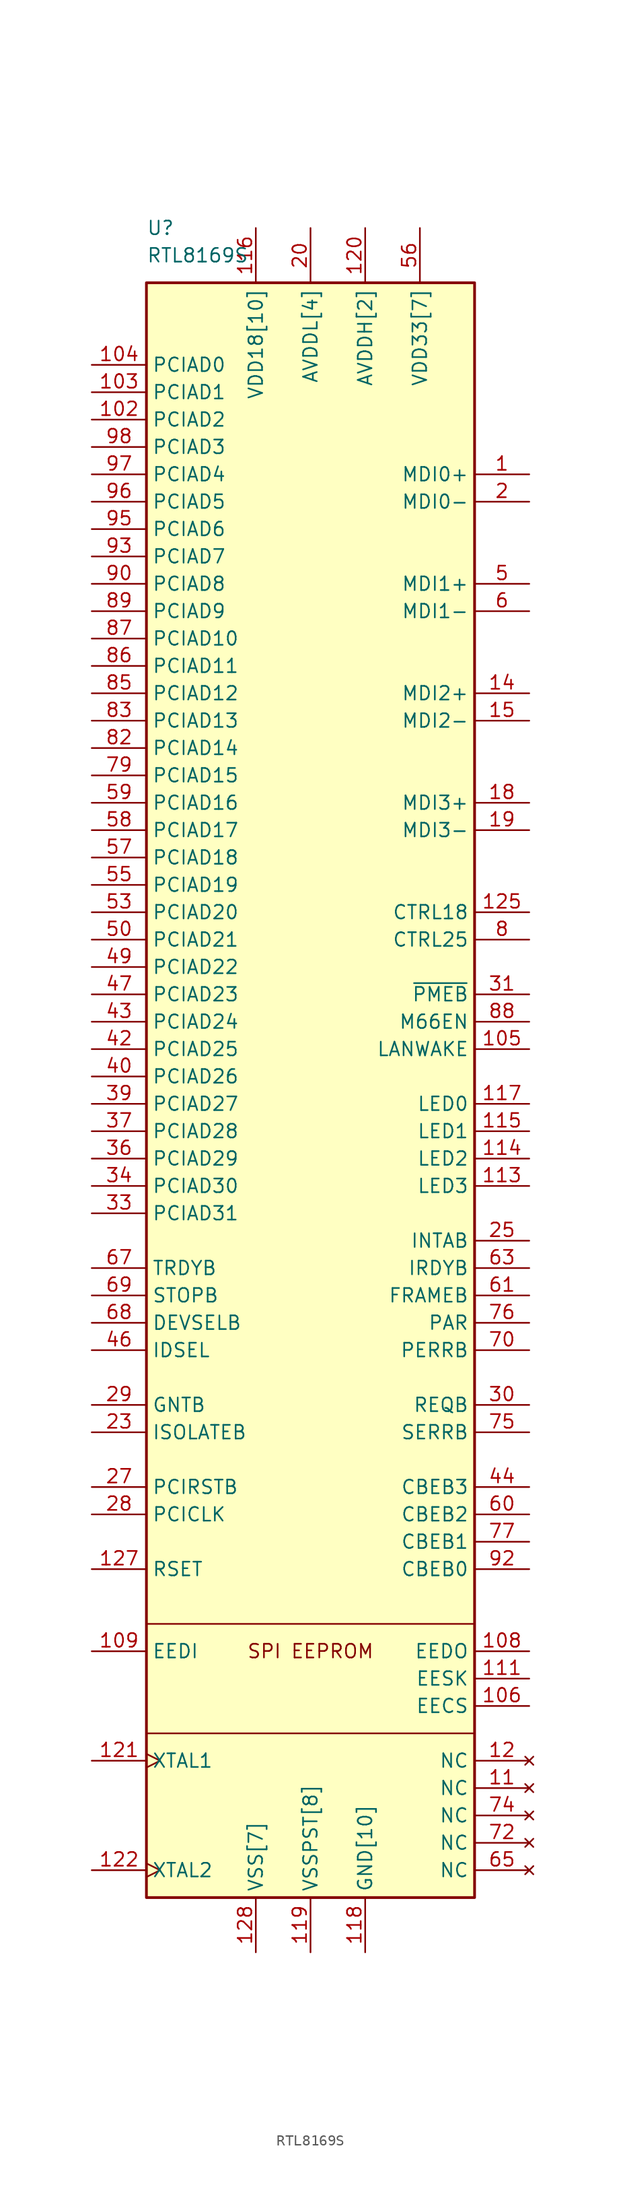
<source format=kicad_sym>
(kicad_symbol_lib
  (version 20211014)
  (generator kicad_symbol_editor)
  (symbol "RTL8169S"
    (property "Reference" "U"
      (at -15.24 86.36 0)
      (effects (font (size 1.27 1.27)) (justify left)))
    (property "Value" "RTL8169S"
      (at -15.24 83.82 0)
      (effects (font (size 1.27 1.27)) (justify left)))
    (symbol "RTL8169S_0_0"
      (rectangle (start -15.24 -43.18) (end 15.24 -53.34) (stroke (width 0.152) (type default) (color 0 0 0 0)) (fill (type none)))
      (rectangle (start -15.24 81.28) (end 15.24 -68.58) (stroke (width 0.254) (type default) (color 0 0 0 0)) (fill (type background)))
      (text "SPI EEPROM" (at 0 -45.72 0) (effects (font (size 1.27 1.27)))))
    (symbol "RTL8169S_1_1"
      (pin bidirectional line (at 20.32 63.5 180) (length 5.08) (name "MDI0+" (effects (font (size 1.27 1.27)))) (number "1" (effects (font (size 1.27 1.27)))))
      (pin power_in line (at 5.08 86.36 270) (length 5.08) hide (name "AVDDH" (effects (font (size 1.27 1.27)))) (number "10" (effects (font (size 1.27 1.27)))))
      (pin power_in line (at 5.08 -73.66 90) (length 5.08) hide (name "GND" (effects (font (size 1.27 1.27)))) (number "100" (effects (font (size 1.27 1.27)))))
      (pin power_in line (at 0 -73.66 90) (length 5.08) hide (name "VSSPST" (effects (font (size 1.27 1.27)))) (number "101" (effects (font (size 1.27 1.27)))))
      (pin tri_state line (at -20.32 68.58 0) (length 5.08) (name "PCIAD2" (effects (font (size 1.27 1.27)))) (number "102" (effects (font (size 1.27 1.27)))))
      (pin tri_state line (at -20.32 71.12 0) (length 5.08) (name "PCIAD1" (effects (font (size 1.27 1.27)))) (number "103" (effects (font (size 1.27 1.27)))))
      (pin tri_state line (at -20.32 73.66 0) (length 5.08) (name "PCIAD0" (effects (font (size 1.27 1.27)))) (number "104" (effects (font (size 1.27 1.27)))))
      (pin output line (at 20.32 10.16 180) (length 5.08) (name "LANWAKE" (effects (font (size 1.27 1.27)))) (number "105" (effects (font (size 1.27 1.27)))))
      (pin output line (at 20.32 -50.8 180) (length 5.08) (name "EECS" (effects (font (size 1.27 1.27)))) (number "106" (effects (font (size 1.27 1.27)))))
      (pin power_in line (at 10.16 86.36 270) (length 5.08) hide (name "VDD33" (effects (font (size 1.27 1.27)))) (number "107" (effects (font (size 1.27 1.27)))))
      (pin output line (at 20.32 -45.72 180) (length 5.08) (name "EEDO" (effects (font (size 1.27 1.27)))) (number "108" (effects (font (size 1.27 1.27)))))
      (pin input line (at -20.32 -45.72 0) (length 5.08) (name "EEDI" (effects (font (size 1.27 1.27)))) (number "109" (effects (font (size 1.27 1.27)))))
      (pin no_connect line (at 20.32 -58.42 180) (length 5.08) (name "NC" (effects (font (size 1.27 1.27)))) (number "11" (effects (font (size 1.27 1.27)))))
      (pin power_in line (at -5.08 86.36 270) (length 5.08) hide (name "VDD18" (effects (font (size 1.27 1.27)))) (number "110" (effects (font (size 1.27 1.27)))))
      (pin output line (at 20.32 -48.26 180) (length 5.08) (name "EESK" (effects (font (size 1.27 1.27)))) (number "111" (effects (font (size 1.27 1.27)))))
      (pin power_in line (at 5.08 -73.66 90) (length 5.08) hide (name "GND" (effects (font (size 1.27 1.27)))) (number "112" (effects (font (size 1.27 1.27)))))
      (pin output line (at 20.32 -2.54 180) (length 5.08) (name "LED3" (effects (font (size 1.27 1.27)))) (number "113" (effects (font (size 1.27 1.27)))))
      (pin output line (at 20.32 0 180) (length 5.08) (name "LED2" (effects (font (size 1.27 1.27)))) (number "114" (effects (font (size 1.27 1.27)))))
      (pin output line (at 20.32 2.54 180) (length 5.08) (name "LED1" (effects (font (size 1.27 1.27)))) (number "115" (effects (font (size 1.27 1.27)))))
      (pin power_in line (at -5.08 86.36 270) (length 5.08) (name "VDD18[10]" (effects (font (size 1.27 1.27)))) (number "116" (effects (font (size 1.27 1.27)))))
      (pin output line (at 20.32 5.08 180) (length 5.08) (name "LED0" (effects (font (size 1.27 1.27)))) (number "117" (effects (font (size 1.27 1.27)))))
      (pin power_in line (at 5.08 -73.66 90) (length 5.08) (name "GND[10]" (effects (font (size 1.27 1.27)))) (number "118" (effects (font (size 1.27 1.27)))))
      (pin power_in line (at 0 -73.66 90) (length 5.08) (name "VSSPST[8]" (effects (font (size 1.27 1.27)))) (number "119" (effects (font (size 1.27 1.27)))))
      (pin no_connect line (at 20.32 -55.88 180) (length 5.08) (name "NC" (effects (font (size 1.27 1.27)))) (number "12" (effects (font (size 1.27 1.27)))))
      (pin power_in line (at 5.08 86.36 270) (length 5.08) (name "AVDDH[2]" (effects (font (size 1.27 1.27)))) (number "120" (effects (font (size 1.27 1.27)))))
      (pin input clock (at -20.32 -55.88 0) (length 5.08) (name "XTAL1" (effects (font (size 1.27 1.27)))) (number "121" (effects (font (size 1.27 1.27)))))
      (pin input clock (at -20.32 -66.04 0) (length 5.08) (name "XTAL2" (effects (font (size 1.27 1.27)))) (number "122" (effects (font (size 1.27 1.27)))))
      (pin power_in line (at -5.08 -73.66 90) (length 5.08) hide (name "VSS" (effects (font (size 1.27 1.27)))) (number "123" (effects (font (size 1.27 1.27)))))
      (pin power_in line (at -5.08 -73.66 90) (length 5.08) hide (name "VSS" (effects (font (size 1.27 1.27)))) (number "124" (effects (font (size 1.27 1.27)))))
      (pin output line (at 20.32 22.86 180) (length 5.08) (name "CTRL18" (effects (font (size 1.27 1.27)))) (number "125" (effects (font (size 1.27 1.27)))))
      (pin power_in line (at -5.08 86.36 270) (length 5.08) hide (name "VDD18" (effects (font (size 1.27 1.27)))) (number "126" (effects (font (size 1.27 1.27)))))
      (pin input line (at -20.32 -38.1 0) (length 5.08) (name "RSET" (effects (font (size 1.27 1.27)))) (number "127" (effects (font (size 1.27 1.27)))))
      (pin power_in line (at -5.08 -73.66 90) (length 5.08) (name "VSS[7]" (effects (font (size 1.27 1.27)))) (number "128" (effects (font (size 1.27 1.27)))))
      (pin power_in line (at -5.08 -73.66 90) (length 5.08) hide (name "VSS" (effects (font (size 1.27 1.27)))) (number "13" (effects (font (size 1.27 1.27)))))
      (pin bidirectional line (at 20.32 43.18 180) (length 5.08) (name "MDI2+" (effects (font (size 1.27 1.27)))) (number "14" (effects (font (size 1.27 1.27)))))
      (pin bidirectional line (at 20.32 40.64 180) (length 5.08) (name "MDI2-" (effects (font (size 1.27 1.27)))) (number "15" (effects (font (size 1.27 1.27)))))
      (pin power_in line (at 0 86.36 270) (length 5.08) hide (name "AVDDL" (effects (font (size 1.27 1.27)))) (number "16" (effects (font (size 1.27 1.27)))))
      (pin power_in line (at -5.08 -73.66 90) (length 5.08) hide (name "VSS" (effects (font (size 1.27 1.27)))) (number "17" (effects (font (size 1.27 1.27)))))
      (pin bidirectional line (at 20.32 33.02 180) (length 5.08) (name "MDI3+" (effects (font (size 1.27 1.27)))) (number "18" (effects (font (size 1.27 1.27)))))
      (pin bidirectional line (at 20.32 30.48 180) (length 5.08) (name "MDI3-" (effects (font (size 1.27 1.27)))) (number "19" (effects (font (size 1.27 1.27)))))
      (pin bidirectional line (at 20.32 60.96 180) (length 5.08) (name "MDI0-" (effects (font (size 1.27 1.27)))) (number "2" (effects (font (size 1.27 1.27)))))
      (pin power_in line (at 0 86.36 270) (length 5.08) (name "AVDDL[4]" (effects (font (size 1.27 1.27)))) (number "20" (effects (font (size 1.27 1.27)))))
      (pin power_in line (at 0 -73.66 90) (length 5.08) hide (name "VSSPST" (effects (font (size 1.27 1.27)))) (number "21" (effects (font (size 1.27 1.27)))))
      (pin power_in line (at 5.08 -73.66 90) (length 5.08) hide (name "GND" (effects (font (size 1.27 1.27)))) (number "22" (effects (font (size 1.27 1.27)))))
      (pin input line (at -20.32 -25.4 0) (length 5.08) (name "ISOLATEB" (effects (font (size 1.27 1.27)))) (number "23" (effects (font (size 1.27 1.27)))))
      (pin power_in line (at -5.08 86.36 270) (length 5.08) hide (name "VDD18" (effects (font (size 1.27 1.27)))) (number "24" (effects (font (size 1.27 1.27)))))
      (pin open_collector line (at 20.32 -7.62 180) (length 5.08) (name "INTAB" (effects (font (size 1.27 1.27)))) (number "25" (effects (font (size 1.27 1.27)))))
      (pin power_in line (at 10.16 86.36 270) (length 5.08) hide (name "VDD33" (effects (font (size 1.27 1.27)))) (number "26" (effects (font (size 1.27 1.27)))))
      (pin input line (at -20.32 -30.48 0) (length 5.08) (name "PCIRSTB" (effects (font (size 1.27 1.27)))) (number "27" (effects (font (size 1.27 1.27)))))
      (pin input line (at -20.32 -33.02 0) (length 5.08) (name "PCICLK" (effects (font (size 1.27 1.27)))) (number "28" (effects (font (size 1.27 1.27)))))
      (pin input line (at -20.32 -22.86 0) (length 5.08) (name "GNTB" (effects (font (size 1.27 1.27)))) (number "29" (effects (font (size 1.27 1.27)))))
      (pin power_in line (at 0 86.36 270) (length 5.08) hide (name "AVDDL" (effects (font (size 1.27 1.27)))) (number "3" (effects (font (size 1.27 1.27)))))
      (pin tri_state line (at 20.32 -22.86 180) (length 5.08) (name "REQB" (effects (font (size 1.27 1.27)))) (number "30" (effects (font (size 1.27 1.27)))))
      (pin open_collector line (at 20.32 15.24 180) (length 5.08) (name "~{PMEB}" (effects (font (size 1.27 1.27)))) (number "31" (effects (font (size 1.27 1.27)))))
      (pin power_in line (at -5.08 86.36 270) (length 5.08) hide (name "VDD18" (effects (font (size 1.27 1.27)))) (number "32" (effects (font (size 1.27 1.27)))))
      (pin tri_state line (at -20.32 -5.08 0) (length 5.08) (name "PCIAD31" (effects (font (size 1.27 1.27)))) (number "33" (effects (font (size 1.27 1.27)))))
      (pin tri_state line (at -20.32 -2.54 0) (length 5.08) (name "PCIAD30" (effects (font (size 1.27 1.27)))) (number "34" (effects (font (size 1.27 1.27)))))
      (pin power_in line (at 5.08 -73.66 90) (length 5.08) hide (name "GND" (effects (font (size 1.27 1.27)))) (number "35" (effects (font (size 1.27 1.27)))))
      (pin tri_state line (at -20.32 0 0) (length 5.08) (name "PCIAD29" (effects (font (size 1.27 1.27)))) (number "36" (effects (font (size 1.27 1.27)))))
      (pin tri_state line (at -20.32 2.54 0) (length 5.08) (name "PCIAD28" (effects (font (size 1.27 1.27)))) (number "37" (effects (font (size 1.27 1.27)))))
      (pin power_in line (at 0 -73.66 90) (length 5.08) hide (name "VSSPST" (effects (font (size 1.27 1.27)))) (number "38" (effects (font (size 1.27 1.27)))))
      (pin tri_state line (at -20.32 5.08 0) (length 5.08) (name "PCIAD27" (effects (font (size 1.27 1.27)))) (number "39" (effects (font (size 1.27 1.27)))))
      (pin power_in line (at -5.08 -73.66 90) (length 5.08) hide (name "VSS" (effects (font (size 1.27 1.27)))) (number "4" (effects (font (size 1.27 1.27)))))
      (pin tri_state line (at -20.32 7.62 0) (length 5.08) (name "PCIAD26" (effects (font (size 1.27 1.27)))) (number "40" (effects (font (size 1.27 1.27)))))
      (pin power_in line (at 10.16 86.36 270) (length 5.08) hide (name "VDD33" (effects (font (size 1.27 1.27)))) (number "41" (effects (font (size 1.27 1.27)))))
      (pin tri_state line (at -20.32 10.16 0) (length 5.08) (name "PCIAD25" (effects (font (size 1.27 1.27)))) (number "42" (effects (font (size 1.27 1.27)))))
      (pin tri_state line (at -20.32 12.7 0) (length 5.08) (name "PCIAD24" (effects (font (size 1.27 1.27)))) (number "43" (effects (font (size 1.27 1.27)))))
      (pin tri_state line (at 20.32 -30.48 180) (length 5.08) (name "CBEB3" (effects (font (size 1.27 1.27)))) (number "44" (effects (font (size 1.27 1.27)))))
      (pin power_in line (at -5.08 86.36 270) (length 5.08) hide (name "VDD18" (effects (font (size 1.27 1.27)))) (number "45" (effects (font (size 1.27 1.27)))))
      (pin input line (at -20.32 -17.78 0) (length 5.08) (name "IDSEL" (effects (font (size 1.27 1.27)))) (number "46" (effects (font (size 1.27 1.27)))))
      (pin tri_state line (at -20.32 15.24 0) (length 5.08) (name "PCIAD23" (effects (font (size 1.27 1.27)))) (number "47" (effects (font (size 1.27 1.27)))))
      (pin power_in line (at 5.08 -73.66 90) (length 5.08) hide (name "GND" (effects (font (size 1.27 1.27)))) (number "48" (effects (font (size 1.27 1.27)))))
      (pin tri_state line (at -20.32 17.78 0) (length 5.08) (name "PCIAD22" (effects (font (size 1.27 1.27)))) (number "49" (effects (font (size 1.27 1.27)))))
      (pin bidirectional line (at 20.32 53.34 180) (length 5.08) (name "MDI1+" (effects (font (size 1.27 1.27)))) (number "5" (effects (font (size 1.27 1.27)))))
      (pin tri_state line (at -20.32 20.32 0) (length 5.08) (name "PCIAD21" (effects (font (size 1.27 1.27)))) (number "50" (effects (font (size 1.27 1.27)))))
      (pin power_in line (at 0 -73.66 90) (length 5.08) hide (name "VSSPST" (effects (font (size 1.27 1.27)))) (number "51" (effects (font (size 1.27 1.27)))))
      (pin power_in line (at 5.08 -73.66 90) (length 5.08) hide (name "GND" (effects (font (size 1.27 1.27)))) (number "52" (effects (font (size 1.27 1.27)))))
      (pin tri_state line (at -20.32 22.86 0) (length 5.08) (name "PCIAD20" (effects (font (size 1.27 1.27)))) (number "53" (effects (font (size 1.27 1.27)))))
      (pin power_in line (at -5.08 86.36 270) (length 5.08) hide (name "VDD18" (effects (font (size 1.27 1.27)))) (number "54" (effects (font (size 1.27 1.27)))))
      (pin tri_state line (at -20.32 25.4 0) (length 5.08) (name "PCIAD19" (effects (font (size 1.27 1.27)))) (number "55" (effects (font (size 1.27 1.27)))))
      (pin power_in line (at 10.16 86.36 270) (length 5.08) (name "VDD33[7]" (effects (font (size 1.27 1.27)))) (number "56" (effects (font (size 1.27 1.27)))))
      (pin tri_state line (at -20.32 27.94 0) (length 5.08) (name "PCIAD18" (effects (font (size 1.27 1.27)))) (number "57" (effects (font (size 1.27 1.27)))))
      (pin tri_state line (at -20.32 30.48 0) (length 5.08) (name "PCIAD17" (effects (font (size 1.27 1.27)))) (number "58" (effects (font (size 1.27 1.27)))))
      (pin tri_state line (at -20.32 33.02 0) (length 5.08) (name "PCIAD16" (effects (font (size 1.27 1.27)))) (number "59" (effects (font (size 1.27 1.27)))))
      (pin bidirectional line (at 20.32 50.8 180) (length 5.08) (name "MDI1-" (effects (font (size 1.27 1.27)))) (number "6" (effects (font (size 1.27 1.27)))))
      (pin tri_state line (at 20.32 -33.02 180) (length 5.08) (name "CBEB2" (effects (font (size 1.27 1.27)))) (number "60" (effects (font (size 1.27 1.27)))))
      (pin tri_state line (at 20.32 -12.7 180) (length 5.08) (name "FRAMEB" (effects (font (size 1.27 1.27)))) (number "61" (effects (font (size 1.27 1.27)))))
      (pin power_in line (at 5.08 -73.66 90) (length 5.08) hide (name "GND" (effects (font (size 1.27 1.27)))) (number "62" (effects (font (size 1.27 1.27)))))
      (pin tri_state line (at 20.32 -10.16 180) (length 5.08) (name "IRDYB" (effects (font (size 1.27 1.27)))) (number "63" (effects (font (size 1.27 1.27)))))
      (pin power_in line (at -5.08 86.36 270) (length 5.08) hide (name "VDD18" (effects (font (size 1.27 1.27)))) (number "64" (effects (font (size 1.27 1.27)))))
      (pin no_connect line (at 20.32 -66.04 180) (length 5.08) (name "NC" (effects (font (size 1.27 1.27)))) (number "65" (effects (font (size 1.27 1.27)))))
      (pin power_in line (at 0 -73.66 90) (length 5.08) hide (name "VSSPST" (effects (font (size 1.27 1.27)))) (number "66" (effects (font (size 1.27 1.27)))))
      (pin tri_state line (at -20.32 -10.16 0) (length 5.08) (name "TRDYB" (effects (font (size 1.27 1.27)))) (number "67" (effects (font (size 1.27 1.27)))))
      (pin tri_state line (at -20.32 -15.24 0) (length 5.08) (name "DEVSELB" (effects (font (size 1.27 1.27)))) (number "68" (effects (font (size 1.27 1.27)))))
      (pin tri_state line (at -20.32 -12.7 0) (length 5.08) (name "STOPB" (effects (font (size 1.27 1.27)))) (number "69" (effects (font (size 1.27 1.27)))))
      (pin power_in line (at 0 86.36 270) (length 5.08) hide (name "AVDDL" (effects (font (size 1.27 1.27)))) (number "7" (effects (font (size 1.27 1.27)))))
      (pin tri_state line (at 20.32 -17.78 180) (length 5.08) (name "PERRB" (effects (font (size 1.27 1.27)))) (number "70" (effects (font (size 1.27 1.27)))))
      (pin power_in line (at 10.16 86.36 270) (length 5.08) hide (name "VDD33" (effects (font (size 1.27 1.27)))) (number "71" (effects (font (size 1.27 1.27)))))
      (pin no_connect line (at 20.32 -63.5 180) (length 5.08) (name "NC" (effects (font (size 1.27 1.27)))) (number "72" (effects (font (size 1.27 1.27)))))
      (pin power_in line (at 5.08 -73.66 90) (length 5.08) hide (name "GND" (effects (font (size 1.27 1.27)))) (number "73" (effects (font (size 1.27 1.27)))))
      (pin no_connect line (at 20.32 -60.96 180) (length 5.08) (name "NC" (effects (font (size 1.27 1.27)))) (number "74" (effects (font (size 1.27 1.27)))))
      (pin open_collector line (at 20.32 -25.4 180) (length 5.08) (name "SERRB" (effects (font (size 1.27 1.27)))) (number "75" (effects (font (size 1.27 1.27)))))
      (pin tri_state line (at 20.32 -15.24 180) (length 5.08) (name "PAR" (effects (font (size 1.27 1.27)))) (number "76" (effects (font (size 1.27 1.27)))))
      (pin tri_state line (at 20.32 -35.56 180) (length 5.08) (name "CBEB1" (effects (font (size 1.27 1.27)))) (number "77" (effects (font (size 1.27 1.27)))))
      (pin power_in line (at -5.08 86.36 270) (length 5.08) hide (name "VDD18" (effects (font (size 1.27 1.27)))) (number "78" (effects (font (size 1.27 1.27)))))
      (pin tri_state line (at -20.32 35.56 0) (length 5.08) (name "PCIAD15" (effects (font (size 1.27 1.27)))) (number "79" (effects (font (size 1.27 1.27)))))
      (pin output line (at 20.32 20.32 180) (length 5.08) (name "CTRL25" (effects (font (size 1.27 1.27)))) (number "8" (effects (font (size 1.27 1.27)))))
      (pin power_in line (at 5.08 -73.66 90) (length 5.08) hide (name "GND" (effects (font (size 1.27 1.27)))) (number "80" (effects (font (size 1.27 1.27)))))
      (pin power_in line (at 0 -73.66 90) (length 5.08) hide (name "VSSPST" (effects (font (size 1.27 1.27)))) (number "81" (effects (font (size 1.27 1.27)))))
      (pin tri_state line (at -20.32 38.1 0) (length 5.08) (name "PCIAD14" (effects (font (size 1.27 1.27)))) (number "82" (effects (font (size 1.27 1.27)))))
      (pin tri_state line (at -20.32 40.64 0) (length 5.08) (name "PCIAD13" (effects (font (size 1.27 1.27)))) (number "83" (effects (font (size 1.27 1.27)))))
      (pin power_in line (at 10.16 86.36 270) (length 5.08) hide (name "VDD33" (effects (font (size 1.27 1.27)))) (number "84" (effects (font (size 1.27 1.27)))))
      (pin tri_state line (at -20.32 43.18 0) (length 5.08) (name "PCIAD12" (effects (font (size 1.27 1.27)))) (number "85" (effects (font (size 1.27 1.27)))))
      (pin tri_state line (at -20.32 45.72 0) (length 5.08) (name "PCIAD11" (effects (font (size 1.27 1.27)))) (number "86" (effects (font (size 1.27 1.27)))))
      (pin tri_state line (at -20.32 48.26 0) (length 5.08) (name "PCIAD10" (effects (font (size 1.27 1.27)))) (number "87" (effects (font (size 1.27 1.27)))))
      (pin output line (at 20.32 12.7 180) (length 5.08) (name "M66EN" (effects (font (size 1.27 1.27)))) (number "88" (effects (font (size 1.27 1.27)))))
      (pin tri_state line (at -20.32 50.8 0) (length 5.08) (name "PCIAD9" (effects (font (size 1.27 1.27)))) (number "89" (effects (font (size 1.27 1.27)))))
      (pin power_in line (at -5.08 -73.66 90) (length 5.08) hide (name "VSS" (effects (font (size 1.27 1.27)))) (number "9" (effects (font (size 1.27 1.27)))))
      (pin tri_state line (at -20.32 53.34 0) (length 5.08) (name "PCIAD8" (effects (font (size 1.27 1.27)))) (number "90" (effects (font (size 1.27 1.27)))))
      (pin power_in line (at 0 -73.66 90) (length 5.08) hide (name "VSSPST" (effects (font (size 1.27 1.27)))) (number "91" (effects (font (size 1.27 1.27)))))
      (pin tri_state line (at 20.32 -38.1 180) (length 5.08) (name "CBEB0" (effects (font (size 1.27 1.27)))) (number "92" (effects (font (size 1.27 1.27)))))
      (pin tri_state line (at -20.32 55.88 0) (length 5.08) (name "PCIAD7" (effects (font (size 1.27 1.27)))) (number "93" (effects (font (size 1.27 1.27)))))
      (pin power_in line (at 10.16 86.36 270) (length 5.08) hide (name "VDD33" (effects (font (size 1.27 1.27)))) (number "94" (effects (font (size 1.27 1.27)))))
      (pin tri_state line (at -20.32 58.42 0) (length 5.08) (name "PCIAD6" (effects (font (size 1.27 1.27)))) (number "95" (effects (font (size 1.27 1.27)))))
      (pin tri_state line (at -20.32 60.96 0) (length 5.08) (name "PCIAD5" (effects (font (size 1.27 1.27)))) (number "96" (effects (font (size 1.27 1.27)))))
      (pin tri_state line (at -20.32 63.5 0) (length 5.08) (name "PCIAD4" (effects (font (size 1.27 1.27)))) (number "97" (effects (font (size 1.27 1.27)))))
      (pin tri_state line (at -20.32 66.04 0) (length 5.08) (name "PCIAD3" (effects (font (size 1.27 1.27)))) (number "98" (effects (font (size 1.27 1.27)))))
      (pin power_in line (at -5.08 86.36 270) (length 5.08) hide (name "VDD18" (effects (font (size 1.27 1.27)))) (number "99" (effects (font (size 1.27 1.27))))))))
</source>
